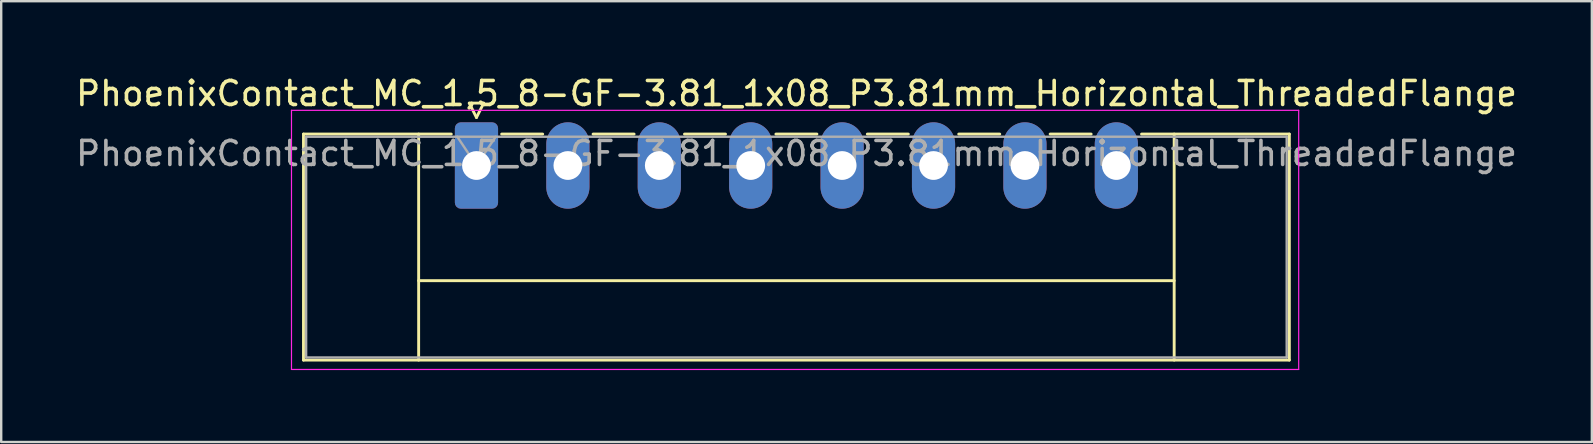
<source format=kicad_pcb>
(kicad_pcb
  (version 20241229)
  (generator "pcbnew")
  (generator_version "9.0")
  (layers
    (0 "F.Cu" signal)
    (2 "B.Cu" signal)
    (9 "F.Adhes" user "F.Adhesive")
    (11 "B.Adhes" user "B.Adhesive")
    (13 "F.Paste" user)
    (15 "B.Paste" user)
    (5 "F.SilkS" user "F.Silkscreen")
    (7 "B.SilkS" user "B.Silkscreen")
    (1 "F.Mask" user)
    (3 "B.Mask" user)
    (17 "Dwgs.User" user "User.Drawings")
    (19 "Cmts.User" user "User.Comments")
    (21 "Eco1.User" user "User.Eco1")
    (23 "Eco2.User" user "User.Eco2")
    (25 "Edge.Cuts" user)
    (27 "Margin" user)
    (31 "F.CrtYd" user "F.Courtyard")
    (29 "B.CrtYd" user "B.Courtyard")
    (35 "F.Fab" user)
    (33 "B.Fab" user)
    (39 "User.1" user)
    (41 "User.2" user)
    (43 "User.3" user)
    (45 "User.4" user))
  (footprint "PhoenixContact_MC_1,5_8-GF-3.81_1x08_P3.81mm_Horizontal_ThreadedFlange"
    (layer "F.Cu")
    (at 16.809 3.848)
    (property "Reference" "PhoenixContact_MC_1,5_8-GF-3.81_1x08_P3.81mm_Horizontal_ThreadedFlange" (at 13.34 -3 0) (layer "F.SilkS") (effects (font (size 1 1) (thickness 0.15))))
    (attr through_hole)
    (fp_line (start -7.21 -1.31) (end -7.21 8.11) (stroke (width 0.12) (type solid)) (layer "F.SilkS"))
    (fp_line (start -7.21 -1.31) (end -1.05 -1.31) (stroke (width 0.12) (type solid)) (layer "F.SilkS"))
    (fp_line (start -7.21 8.11) (end 33.88 8.11) (stroke (width 0.12) (type solid)) (layer "F.SilkS"))
    (fp_line (start -2.41 -1.31) (end -2.41 8.11) (stroke (width 0.12) (type solid)) (layer "F.SilkS"))
    (fp_line (start -2.41 4.8) (end 29.08 4.8) (stroke (width 0.12) (type solid)) (layer "F.SilkS"))
    (fp_line (start -0.3 -2.6) (end 0.3 -2.6) (stroke (width 0.12) (type solid)) (layer "F.SilkS"))
    (fp_line (start 0 -2) (end -0.3 -2.6) (stroke (width 0.12) (type solid)) (layer "F.SilkS"))
    (fp_line (start 0.3 -2.6) (end 0 -2) (stroke (width 0.12) (type solid)) (layer "F.SilkS"))
    (fp_line (start 1.05 -1.31) (end 2.76 -1.31) (stroke (width 0.12) (type solid)) (layer "F.SilkS"))
    (fp_line (start 4.86 -1.31) (end 6.57 -1.31) (stroke (width 0.12) (type solid)) (layer "F.SilkS"))
    (fp_line (start 8.67 -1.31) (end 10.38 -1.31) (stroke (width 0.12) (type solid)) (layer "F.SilkS"))
    (fp_line (start 12.48 -1.31) (end 14.19 -1.31) (stroke (width 0.12) (type solid)) (layer "F.SilkS"))
    (fp_line (start 16.29 -1.31) (end 18 -1.31) (stroke (width 0.12) (type solid)) (layer "F.SilkS"))
    (fp_line (start 20.1 -1.31) (end 21.81 -1.31) (stroke (width 0.12) (type solid)) (layer "F.SilkS"))
    (fp_line (start 23.91 -1.31) (end 25.62 -1.31) (stroke (width 0.12) (type solid)) (layer "F.SilkS"))
    (fp_line (start 29.08 -1.31) (end 29.08 8.11) (stroke (width 0.12) (type solid)) (layer "F.SilkS"))
    (fp_line (start 33.88 -1.31) (end 27.72 -1.31) (stroke (width 0.12) (type solid)) (layer "F.SilkS"))
    (fp_line (start 33.88 8.11) (end 33.88 -1.31) (stroke (width 0.12) (type solid)) (layer "F.SilkS"))
    (fp_line (start -7.71 -2.3) (end -7.71 8.5) (stroke (width 0.05) (type solid)) (layer "F.CrtYd"))
    (fp_line (start -7.71 8.5) (end 34.27 8.5) (stroke (width 0.05) (type solid)) (layer "F.CrtYd"))
    (fp_line (start 34.27 -2.3) (end -7.71 -2.3) (stroke (width 0.05) (type solid)) (layer "F.CrtYd"))
    (fp_line (start 34.27 8.5) (end 34.27 -2.3) (stroke (width 0.05) (type solid)) (layer "F.CrtYd"))
    (fp_line (start -7.1 -1.2) (end -7.1 8) (stroke (width 0.1) (type solid)) (layer "F.Fab"))
    (fp_line (start -7.1 8) (end 33.77 8) (stroke (width 0.1) (type solid)) (layer "F.Fab"))
    (fp_line (start 0 0) (end -0.8 -1.2) (stroke (width 0.1) (type solid)) (layer "F.Fab"))
    (fp_line (start 0.8 -1.2) (end 0 0) (stroke (width 0.1) (type solid)) (layer "F.Fab"))
    (fp_line (start 33.77 -1.2) (end -7.1 -1.2) (stroke (width 0.1) (type solid)) (layer "F.Fab"))
    (fp_line (start 33.77 8) (end 33.77 -1.2) (stroke (width 0.1) (type solid)) (layer "F.Fab"))
    (fp_text user "${REFERENCE}" (at 13.34 -0.5 0) (layer "F.Fab") (effects (font (size 1 1) (thickness 0.15))))
    (pad "1" thru_hole roundrect (at 0 0) (size 1.8 3.6) (drill 1.2) (layers "*.Cu" "*.Mask") (roundrect_rratio 0.139))
    (pad "2" thru_hole oval (at 3.81 0) (size 1.8 3.6) (drill 1.2) (layers "*.Cu" "*.Mask"))
    (pad "3" thru_hole oval (at 7.62 0) (size 1.8 3.6) (drill 1.2) (layers "*.Cu" "*.Mask"))
    (pad "4" thru_hole oval (at 11.43 0) (size 1.8 3.6) (drill 1.2) (layers "*.Cu" "*.Mask"))
    (pad "5" thru_hole oval (at 15.24 0) (size 1.8 3.6) (drill 1.2) (layers "*.Cu" "*.Mask"))
    (pad "6" thru_hole oval (at 19.05 0) (size 1.8 3.6) (drill 1.2) (layers "*.Cu" "*.Mask"))
    (pad "7" thru_hole oval (at 22.86 0) (size 1.8 3.6) (drill 1.2) (layers "*.Cu" "*.Mask"))
    (pad "8" thru_hole oval (at 26.67 0) (size 1.8 3.6) (drill 1.2) (layers "*.Cu" "*.Mask")))
  (gr_rect
    (start -3 -3)
    (end 63.298 15.373)
    (stroke (width 0.1) (type default))
    (fill no)
    (layer "Edge.Cuts")))
</source>
